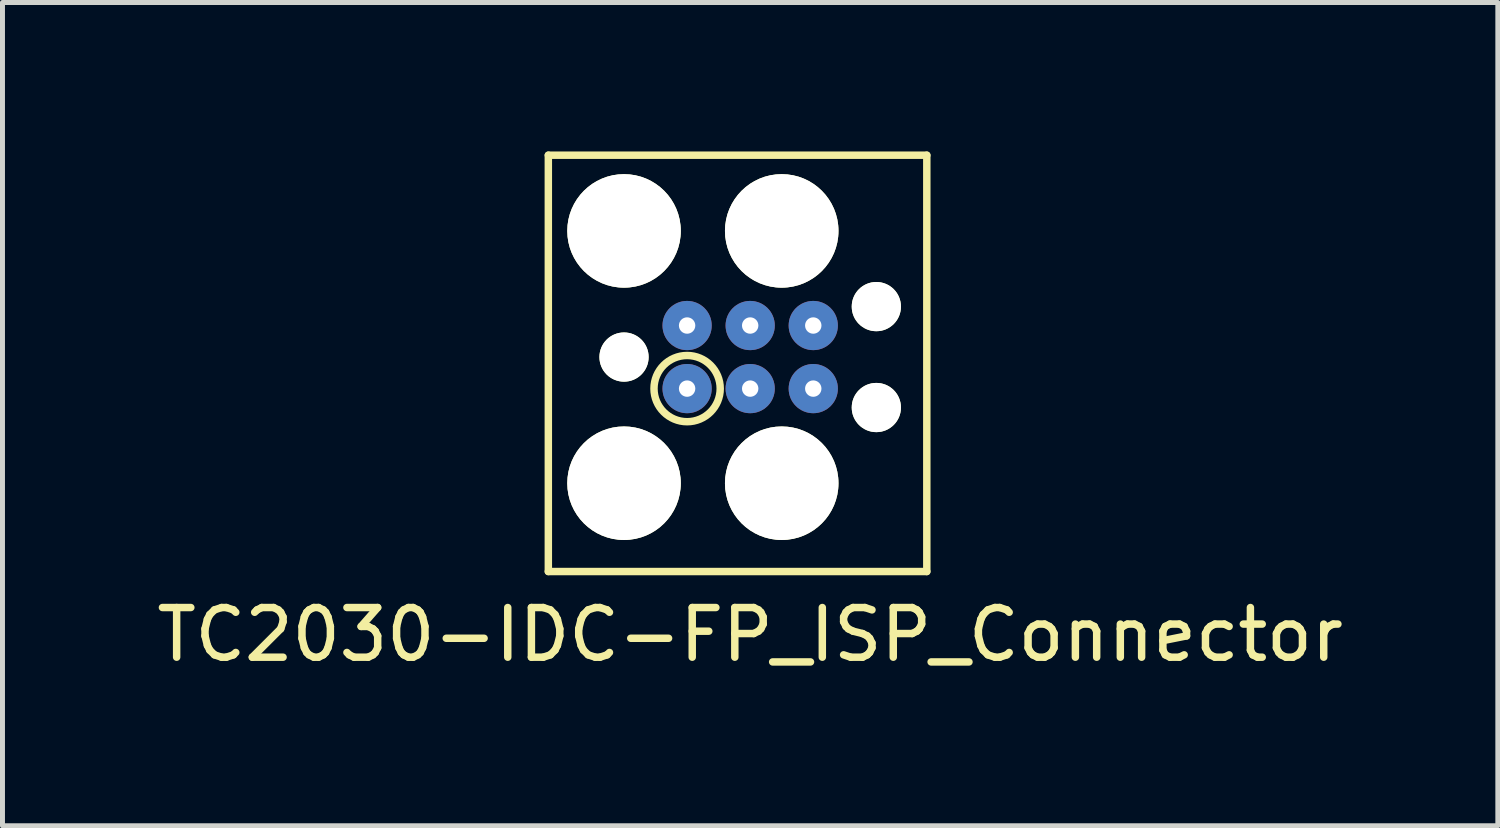
<source format=kicad_pcb>
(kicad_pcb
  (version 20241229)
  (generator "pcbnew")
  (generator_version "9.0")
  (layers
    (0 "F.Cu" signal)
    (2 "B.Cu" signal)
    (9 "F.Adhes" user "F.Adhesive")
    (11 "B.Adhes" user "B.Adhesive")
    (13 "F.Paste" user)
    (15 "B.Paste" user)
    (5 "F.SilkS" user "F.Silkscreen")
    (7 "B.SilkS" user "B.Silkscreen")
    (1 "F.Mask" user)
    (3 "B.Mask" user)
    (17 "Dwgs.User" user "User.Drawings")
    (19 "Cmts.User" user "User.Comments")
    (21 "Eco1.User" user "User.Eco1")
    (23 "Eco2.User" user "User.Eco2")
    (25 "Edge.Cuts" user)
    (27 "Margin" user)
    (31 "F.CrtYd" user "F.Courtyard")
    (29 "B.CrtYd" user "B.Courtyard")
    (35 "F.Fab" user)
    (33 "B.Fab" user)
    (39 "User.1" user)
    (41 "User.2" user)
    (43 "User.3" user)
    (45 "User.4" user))
  (footprint "TC2030-IDC-FP_ISP_Connector"
    (layer "F.Cu")
    (at 12.054 4.139)
    (property "Reference" "TC2030-IDC-FP_ISP_Connector" (at 0 5.588 0) (layer "F.SilkS") (effects (font (size 1 1) (thickness 0.15))))
    (attr through_hole)
    (fp_line (start -4.064 -4.064) (end 3.556 -4.064) (stroke (width 0.15) (type solid)) (layer "F.SilkS"))
    (fp_line (start -4.064 4.318) (end -4.064 -4.064) (stroke (width 0.15) (type solid)) (layer "F.SilkS"))
    (fp_line (start 3.556 -4.064) (end 3.556 4.318) (stroke (width 0.15) (type solid)) (layer "F.SilkS"))
    (fp_line (start 3.556 4.318) (end -4.064 4.318) (stroke (width 0.15) (type solid)) (layer "F.SilkS"))
    (fp_circle (center -1.27 0.635) (end -1.905 0.838) (stroke (width 0.15) (type solid)) (fill no) (layer "F.SilkS"))
    (pad "" np_thru_hole circle (at -2.54 -2.54) (size 2.286 2.286) (drill 2.286) (layers "*.Cu" "*.Mask" "F.SilkS"))
    (pad "" np_thru_hole circle (at -2.54 0) (size 0.991 0.991) (drill 0.991) (layers "*.Cu" "*.Mask" "F.SilkS"))
    (pad "" np_thru_hole circle (at -2.54 2.54) (size 2.286 2.286) (drill 2.286) (layers "*.Cu" "*.Mask" "F.SilkS"))
    (pad "" np_thru_hole circle (at 0.635 -2.54) (size 2.286 2.286) (drill 2.286) (layers "*.Cu" "*.Mask" "F.SilkS"))
    (pad "" np_thru_hole circle (at 0.635 2.54) (size 2.286 2.286) (drill 2.286) (layers "*.Cu" "*.Mask" "F.SilkS"))
    (pad "" np_thru_hole circle (at 2.54 -1.016) (size 0.991 0.991) (drill 0.991) (layers "*.Cu" "*.Mask" "F.SilkS"))
    (pad "" np_thru_hole circle (at 2.54 1.016) (size 0.991 0.991) (drill 0.991) (layers "*.Cu" "*.Mask" "F.SilkS"))
    (pad "1" thru_hole circle (at -1.27 0.635) (size 0.991 0.991) (drill 0.33) (layers "*.Cu" "*.Mask"))
    (pad "2" thru_hole circle (at -1.27 -0.635) (size 0.991 0.991) (drill 0.33) (layers "*.Cu" "*.Mask"))
    (pad "3" thru_hole circle (at 0 0.635) (size 0.991 0.991) (drill 0.33) (layers "*.Cu" "*.Mask"))
    (pad "4" thru_hole circle (at 0 -0.635) (size 0.991 0.991) (drill 0.33) (layers "*.Cu" "*.Mask"))
    (pad "5" thru_hole circle (at 1.27 0.635) (size 0.991 0.991) (drill 0.33) (layers "*.Cu" "*.Mask"))
    (pad "6" thru_hole circle (at 1.27 -0.635) (size 0.991 0.991) (drill 0.33) (layers "*.Cu" "*.Mask")))
  (gr_rect
    (start -3 -3)
    (end 27.107 13.575)
    (stroke (width 0.1) (type default))
    (fill no)
    (layer "Edge.Cuts")))
</source>
